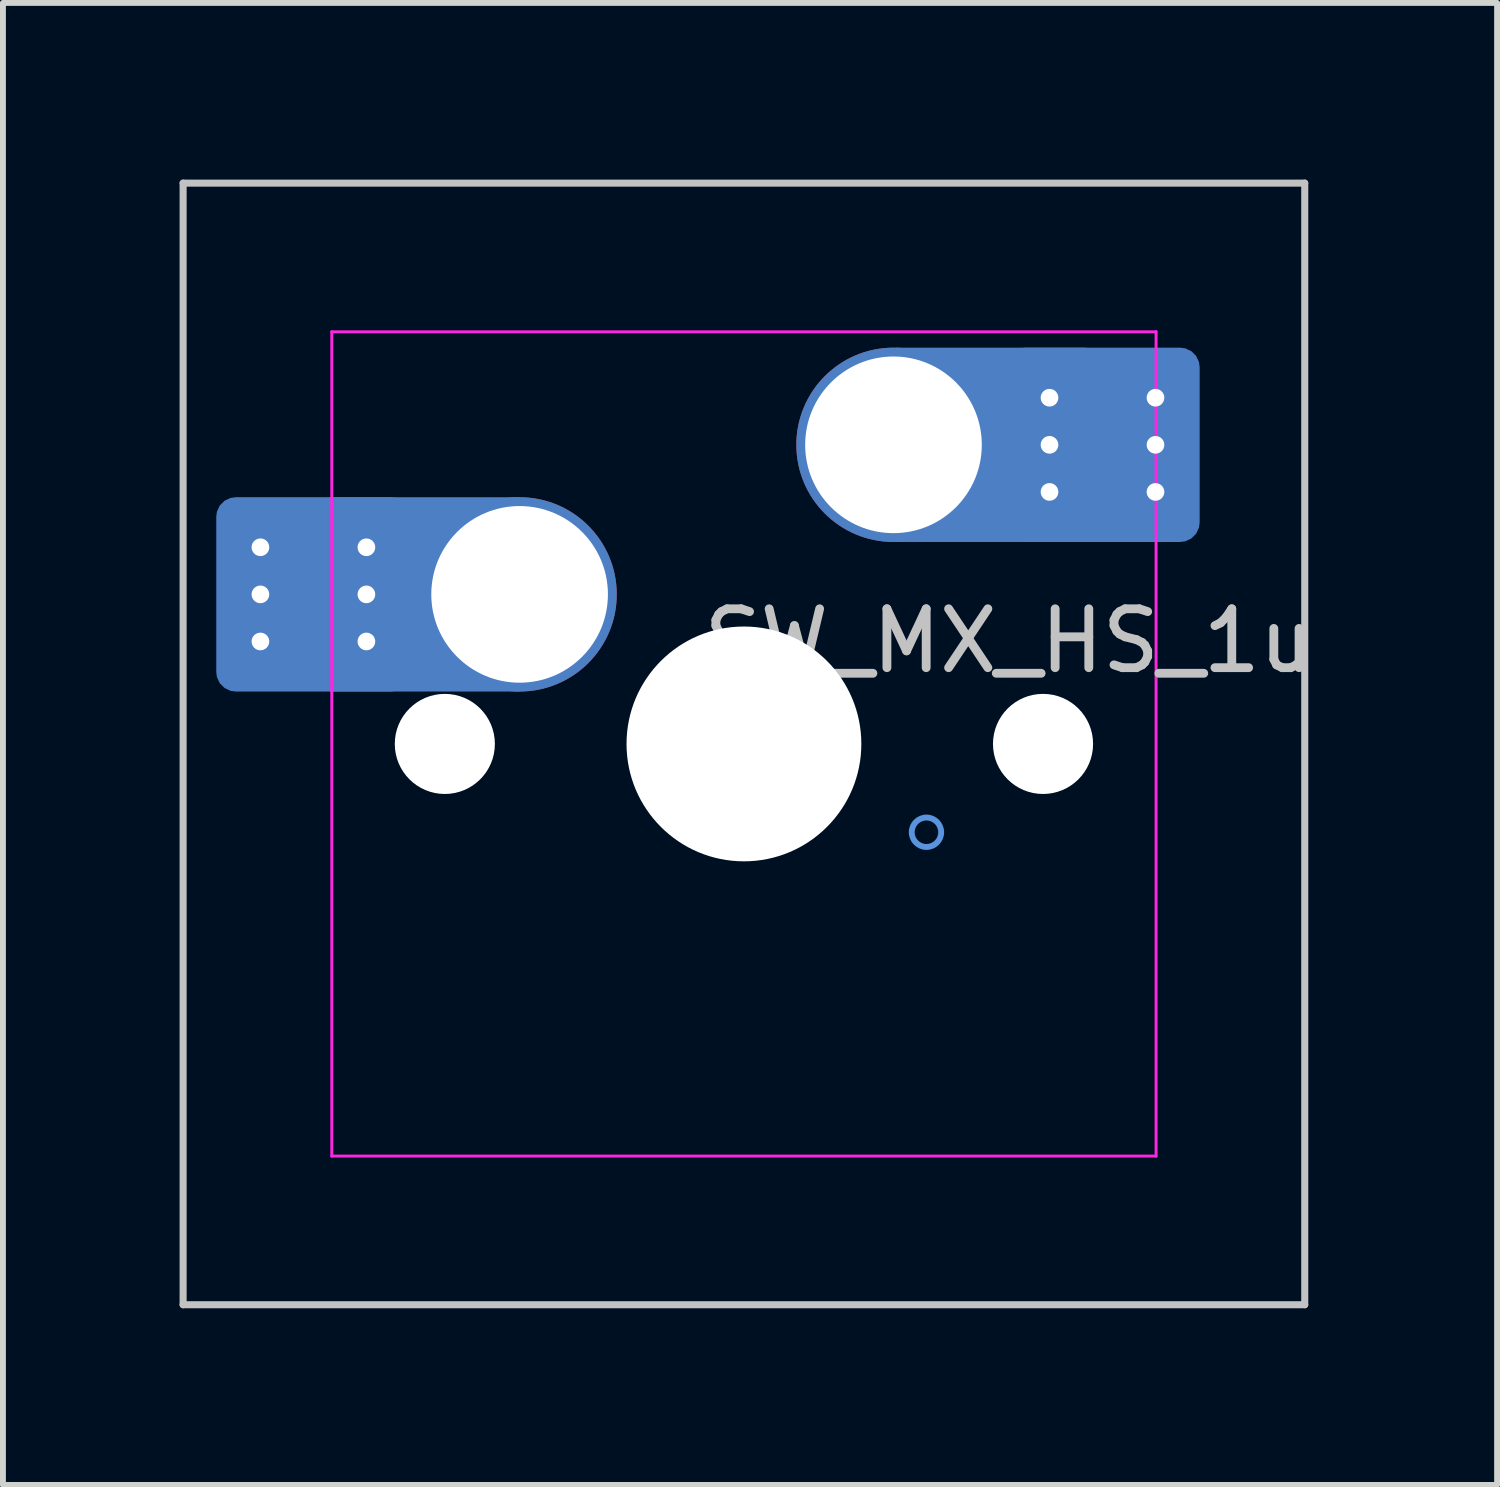
<source format=kicad_pcb>
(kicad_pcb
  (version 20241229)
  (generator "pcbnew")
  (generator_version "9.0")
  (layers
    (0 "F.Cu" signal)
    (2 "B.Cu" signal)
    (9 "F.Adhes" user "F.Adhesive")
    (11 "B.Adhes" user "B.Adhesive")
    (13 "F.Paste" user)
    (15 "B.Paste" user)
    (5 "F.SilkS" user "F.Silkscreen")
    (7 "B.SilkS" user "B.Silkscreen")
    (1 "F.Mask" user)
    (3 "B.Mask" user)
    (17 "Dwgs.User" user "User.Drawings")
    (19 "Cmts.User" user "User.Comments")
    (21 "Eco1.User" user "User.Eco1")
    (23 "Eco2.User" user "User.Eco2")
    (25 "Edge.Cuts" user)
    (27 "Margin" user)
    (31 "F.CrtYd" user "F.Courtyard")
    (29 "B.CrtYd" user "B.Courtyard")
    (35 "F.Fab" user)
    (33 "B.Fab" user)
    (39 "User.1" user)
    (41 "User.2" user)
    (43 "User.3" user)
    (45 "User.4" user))
  (footprint "SW_MX_HS_1u"
    (layer "F.Cu")
    (at 9.585 9.585)
    (property "Reference" "SW_MX_HS_1u" (at 4.5 -1.75 0) (layer "Dwgs.User") (effects (font (size 1 1) (thickness 0.15))))
    (attr through_hole)
    (fp_line (start -9.525 -9.525) (end -9.525 9.525) (stroke (width 0.12) (type solid)) (layer "Dwgs.User"))
    (fp_line (start -9.525 9.525) (end 9.525 9.525) (stroke (width 0.12) (type solid)) (layer "Dwgs.User"))
    (fp_line (start 9.525 -9.525) (end -9.525 -9.525) (stroke (width 0.12) (type solid)) (layer "Dwgs.User"))
    (fp_line (start 9.525 9.525) (end 9.525 -9.525) (stroke (width 0.12) (type solid)) (layer "Dwgs.User"))
    (fp_circle (center 3.1 1.5) (end 3.35 1.5) (stroke (width 0.1) (type default)) (fill no) (layer "Cmts.User"))
    (fp_line (start -7 6.5) (end -7 -6.5) (stroke (width 0.05) (type solid)) (layer "Eco2.User"))
    (fp_line (start -6.5 -7) (end 6.5 -7) (stroke (width 0.05) (type solid)) (layer "Eco2.User"))
    (fp_line (start 6.5 7) (end -6.5 7) (stroke (width 0.05) (type solid)) (layer "Eco2.User"))
    (fp_line (start 7 -6.5) (end 7 6.5) (stroke (width 0.05) (type solid)) (layer "Eco2.User"))
    (fp_arc (start -7 -6.5) (mid -6.853553 -6.853553) (end -6.5 -7) (stroke (width 0.05) (type solid)) (layer "Eco2.User"))
    (fp_arc (start -6.5 7) (mid -6.853553 6.853553) (end -7 6.5) (stroke (width 0.05) (type solid)) (layer "Eco2.User"))
    (fp_arc (start 6.5 -7) (mid 6.853553 -6.853553) (end 7 -6.5) (stroke (width 0.05) (type solid)) (layer "Eco2.User"))
    (fp_arc (start 6.997236 6.498884) (mid 6.850789 6.852437) (end 6.497236 6.998884) (stroke (width 0.05) (type solid)) (layer "Eco2.User"))
    (fp_line (start -7 -7) (end -7 7) (stroke (width 0.05) (type solid)) (layer "F.CrtYd"))
    (fp_line (start -7 7) (end 7 7) (stroke (width 0.05) (type solid)) (layer "F.CrtYd"))
    (fp_line (start 7 -7) (end -7 -7) (stroke (width 0.05) (type solid)) (layer "F.CrtYd"))
    (fp_line (start 7 7) (end 7 -7) (stroke (width 0.05) (type solid)) (layer "F.CrtYd"))
    (pad "" np_thru_hole circle (at -5.08 0) (size 1.7 1.7) (drill 1.7) (layers "*.Cu" "*.Mask"))
    (pad "" np_thru_hole circle (at 0 0) (size 3.988 3.988) (drill 3.988) (layers "*.Cu" "*.Mask"))
    (pad "" np_thru_hole circle (at 5.08 0) (size 1.7 1.7) (drill 1.7) (layers "*.Cu" "*.Mask"))
    (pad "1" thru_hole circle (at -8.212 -3.34 180) (size 0.6 0.6) (drill 0.3) (layers "*.Cu"))
    (pad "1" thru_hole circle (at -8.212 -2.54 180) (size 0.6 0.6) (drill 0.3) (layers "*.Cu"))
    (pad "1" thru_hole circle (at -8.212 -1.74 180) (size 0.6 0.6) (drill 0.3) (layers "*.Cu"))
    (pad "1" smd roundrect (at -7.562 -2.54 180) (size 2.5 3) (layers "B.Cu" "B.Mask" "B.Paste") (roundrect_rratio 0.1))
    (pad "1" smd roundrect (at -7.312 -2.54 180) (size 3.3 3.3) (layers "B.Cu") (roundrect_rratio 0.1))
    (pad "1" thru_hole circle (at -6.412 -3.34 180) (size 0.6 0.6) (drill 0.3) (layers "*.Cu"))
    (pad "1" thru_hole circle (at -6.412 -2.54 180) (size 0.6 0.6) (drill 0.3) (layers "*.Cu"))
    (pad "1" thru_hole circle (at -6.412 -1.74 180) (size 0.6 0.6) (drill 0.3) (layers "*.Cu"))
    (pad "1" smd rect (at -5.423 -2.54 180) (size 3.226 3.3) (layers "B.Cu"))
    (pad "1" thru_hole circle (at -3.81 -2.54 180) (size 3 3) (drill 3) (layers "*.Cu" "*.Mask"))
    (pad "1" smd circle (at -3.81 -2.54 180) (size 3.3 3.3) (layers "F.Cu"))
    (pad "1" smd circle (at -3.81 -2.54 180) (size 3.3 3.3) (layers "B.Cu"))
    (pad "2" thru_hole circle (at 2.54 -5.08) (size 3 3) (drill 3) (layers "*.Cu" "*.Mask"))
    (pad "2" smd circle (at 2.54 -5.08 180) (size 3.3 3.3) (layers "F.Cu"))
    (pad "2" smd circle (at 2.54 -5.08 180) (size 3.3 3.3) (layers "B.Cu"))
    (pad "2" smd rect (at 4.201 -5.08) (size 3.226 3.3) (layers "B.Cu"))
    (pad "2" thru_hole circle (at 5.19 -5.88) (size 0.6 0.6) (drill 0.3) (layers "*.Cu"))
    (pad "2" thru_hole circle (at 5.19 -5.08) (size 0.6 0.6) (drill 0.3) (layers "*.Cu"))
    (pad "2" thru_hole circle (at 5.19 -4.28) (size 0.6 0.6) (drill 0.3) (layers "*.Cu"))
    (pad "2" smd roundrect (at 6.09 -5.08) (size 3.3 3.3) (layers "B.Cu") (roundrect_rratio 0.1))
    (pad "2" smd roundrect (at 6.34 -5.08) (size 2.5 3) (layers "B.Cu" "B.Mask" "B.Paste") (roundrect_rratio 0.1))
    (pad "2" thru_hole circle (at 6.99 -5.88) (size 0.6 0.6) (drill 0.3) (layers "*.Cu"))
    (pad "2" thru_hole circle (at 6.99 -5.08) (size 0.6 0.6) (drill 0.3) (layers "*.Cu"))
    (pad "2" thru_hole circle (at 6.99 -4.28) (size 0.6 0.6) (drill 0.3) (layers "*.Cu")))
  (gr_rect
    (start -3 -3)
    (end 22.377 22.17)
    (stroke (width 0.1) (type default))
    (fill no)
    (layer "Edge.Cuts")))
</source>
